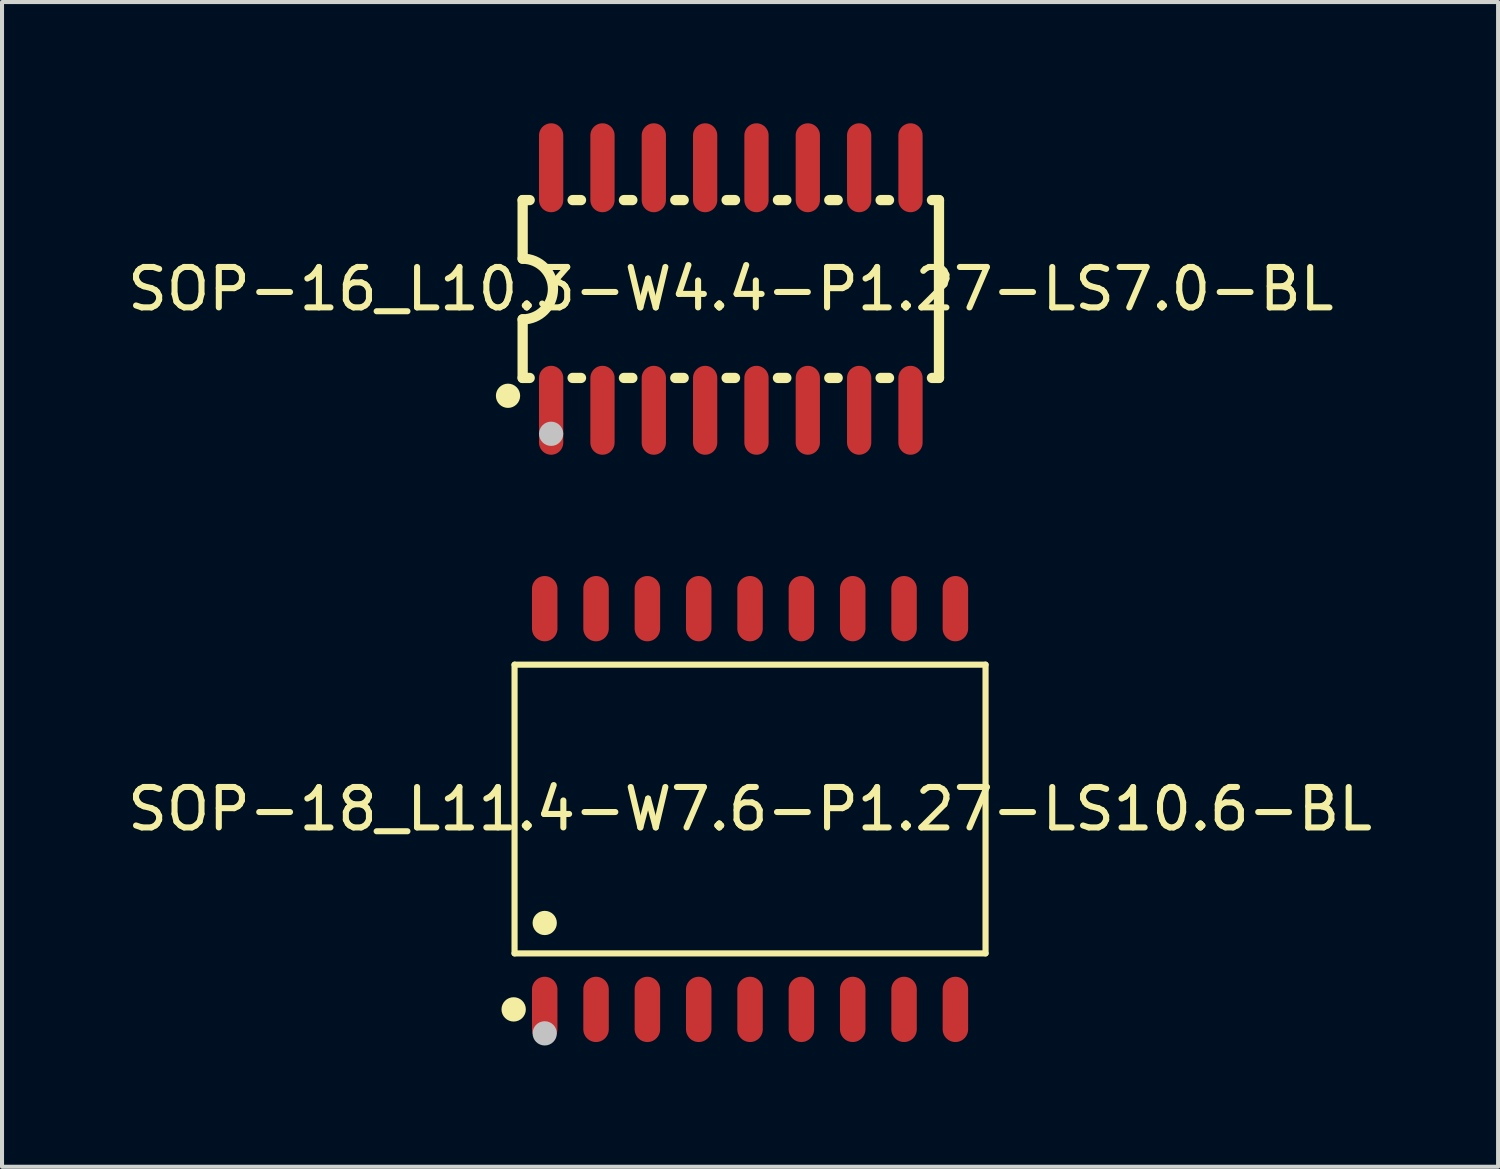
<source format=kicad_pcb>
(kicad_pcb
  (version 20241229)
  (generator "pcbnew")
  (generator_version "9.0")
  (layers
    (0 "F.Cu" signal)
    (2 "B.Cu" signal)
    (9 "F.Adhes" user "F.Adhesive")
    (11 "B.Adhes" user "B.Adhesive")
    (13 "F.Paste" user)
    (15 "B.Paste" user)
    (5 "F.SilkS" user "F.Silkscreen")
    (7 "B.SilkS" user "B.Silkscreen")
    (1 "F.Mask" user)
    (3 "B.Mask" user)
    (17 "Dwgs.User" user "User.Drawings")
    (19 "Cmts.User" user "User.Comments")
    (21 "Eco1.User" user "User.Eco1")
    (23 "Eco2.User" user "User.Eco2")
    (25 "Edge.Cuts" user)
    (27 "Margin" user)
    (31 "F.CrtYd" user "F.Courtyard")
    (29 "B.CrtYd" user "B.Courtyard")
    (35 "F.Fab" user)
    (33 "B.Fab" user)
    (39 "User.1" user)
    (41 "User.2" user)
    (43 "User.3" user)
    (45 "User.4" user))
  (footprint "SOP-18_L11.4-W7.6-P1.27-LS10.6-BL"
    (layer "F.Cu")
    (at 15.506 16.965)
    (property "Reference" "SOP-18_L11.4-W7.6-P1.27-LS10.6-BL" (at 0 0 0) (unlocked yes) (layer "F.SilkS") (effects (font (size 1 1) (thickness 0.15))))
    (fp_line (start -5.826 -3.571) (end 5.826 -3.571) (stroke (width 0.152) (type default)) (layer "F.SilkS"))
    (fp_line (start -5.826 3.571) (end -5.826 -3.571) (stroke (width 0.152) (type default)) (layer "F.SilkS"))
    (fp_line (start 5.826 -3.571) (end 5.826 3.571) (stroke (width 0.152) (type default)) (layer "F.SilkS"))
    (fp_line (start 5.826 3.571) (end -5.826 3.571) (stroke (width 0.152) (type default)) (layer "F.SilkS"))
    (fp_circle (center -5.848 4.957) (end -5.697 4.957) (stroke (width 0.3) (type default)) (fill no) (layer "F.SilkS"))
    (fp_circle (center -5.08 2.819) (end -4.93 2.819) (stroke (width 0.3) (type default)) (fill no) (layer "F.SilkS"))
    (fp_circle (center -5.08 5.55) (end -4.93 5.55) (stroke (width 0.3) (type default)) (fill no) (layer "Dwgs.User"))
    (fp_poly (pts (xy -5.305 -5.15) (xy -5.305 -4.65) (xy -4.855 -4.65) (xy -4.855 -5.15)) (stroke (width 0.1) (type default)) (fill no) (layer "User.1"))
    (fp_poly (pts (xy -5.305 -4.66) (xy -5.305 -3.79) (xy -4.855 -3.79) (xy -4.855 -4.66)) (stroke (width 0.1) (type default)) (fill no) (layer "User.1"))
    (fp_poly (pts (xy -5.305 4.66) (xy -5.305 3.79) (xy -4.855 3.79) (xy -4.855 4.66)) (stroke (width 0.1) (type default)) (fill no) (layer "User.1"))
    (fp_poly (pts (xy -5.305 5.15) (xy -5.305 4.65) (xy -4.855 4.65) (xy -4.855 5.15)) (stroke (width 0.1) (type default)) (fill no) (layer "User.1"))
    (fp_poly (pts (xy -4.035 -5.15) (xy -4.035 -4.65) (xy -3.585 -4.65) (xy -3.585 -5.15)) (stroke (width 0.1) (type default)) (fill no) (layer "User.1"))
    (fp_poly (pts (xy -4.035 -4.66) (xy -4.035 -3.79) (xy -3.585 -3.79) (xy -3.585 -4.66)) (stroke (width 0.1) (type default)) (fill no) (layer "User.1"))
    (fp_poly (pts (xy -4.035 4.66) (xy -4.035 3.79) (xy -3.585 3.79) (xy -3.585 4.66)) (stroke (width 0.1) (type default)) (fill no) (layer "User.1"))
    (fp_poly (pts (xy -4.035 5.15) (xy -4.035 4.65) (xy -3.585 4.65) (xy -3.585 5.15)) (stroke (width 0.1) (type default)) (fill no) (layer "User.1"))
    (fp_poly (pts (xy -2.765 -5.15) (xy -2.765 -4.65) (xy -2.315 -4.65) (xy -2.315 -5.15)) (stroke (width 0.1) (type default)) (fill no) (layer "User.1"))
    (fp_poly (pts (xy -2.765 -4.66) (xy -2.765 -3.79) (xy -2.315 -3.79) (xy -2.315 -4.66)) (stroke (width 0.1) (type default)) (fill no) (layer "User.1"))
    (fp_poly (pts (xy -2.765 4.66) (xy -2.765 3.79) (xy -2.315 3.79) (xy -2.315 4.66)) (stroke (width 0.1) (type default)) (fill no) (layer "User.1"))
    (fp_poly (pts (xy -2.765 5.15) (xy -2.765 4.65) (xy -2.315 4.65) (xy -2.315 5.15)) (stroke (width 0.1) (type default)) (fill no) (layer "User.1"))
    (fp_poly (pts (xy -1.495 -5.15) (xy -1.495 -4.65) (xy -1.045 -4.65) (xy -1.045 -5.15)) (stroke (width 0.1) (type default)) (fill no) (layer "User.1"))
    (fp_poly (pts (xy -1.495 -4.66) (xy -1.495 -3.79) (xy -1.045 -3.79) (xy -1.045 -4.66)) (stroke (width 0.1) (type default)) (fill no) (layer "User.1"))
    (fp_poly (pts (xy -1.495 4.66) (xy -1.495 3.79) (xy -1.045 3.79) (xy -1.045 4.66)) (stroke (width 0.1) (type default)) (fill no) (layer "User.1"))
    (fp_poly (pts (xy -1.495 5.15) (xy -1.495 4.65) (xy -1.045 4.65) (xy -1.045 5.15)) (stroke (width 0.1) (type default)) (fill no) (layer "User.1"))
    (fp_poly (pts (xy -0.225 -5.15) (xy -0.225 -4.65) (xy 0.225 -4.65) (xy 0.225 -5.15)) (stroke (width 0.1) (type default)) (fill no) (layer "User.1"))
    (fp_poly (pts (xy -0.225 -4.66) (xy -0.225 -3.79) (xy 0.225 -3.79) (xy 0.225 -4.66)) (stroke (width 0.1) (type default)) (fill no) (layer "User.1"))
    (fp_poly (pts (xy -0.225 4.66) (xy -0.225 3.79) (xy 0.225 3.79) (xy 0.225 4.66)) (stroke (width 0.1) (type default)) (fill no) (layer "User.1"))
    (fp_poly (pts (xy -0.225 5.15) (xy -0.225 4.65) (xy 0.225 4.65) (xy 0.225 5.15)) (stroke (width 0.1) (type default)) (fill no) (layer "User.1"))
    (fp_poly (pts (xy 1.045 -5.15) (xy 1.045 -4.65) (xy 1.495 -4.65) (xy 1.495 -5.15)) (stroke (width 0.1) (type default)) (fill no) (layer "User.1"))
    (fp_poly (pts (xy 1.045 -4.66) (xy 1.045 -3.79) (xy 1.495 -3.79) (xy 1.495 -4.66)) (stroke (width 0.1) (type default)) (fill no) (layer "User.1"))
    (fp_poly (pts (xy 1.045 4.66) (xy 1.045 3.79) (xy 1.495 3.79) (xy 1.495 4.66)) (stroke (width 0.1) (type default)) (fill no) (layer "User.1"))
    (fp_poly (pts (xy 1.045 5.15) (xy 1.045 4.65) (xy 1.495 4.65) (xy 1.495 5.15)) (stroke (width 0.1) (type default)) (fill no) (layer "User.1"))
    (fp_poly (pts (xy 2.315 -5.15) (xy 2.315 -4.65) (xy 2.765 -4.65) (xy 2.765 -5.15)) (stroke (width 0.1) (type default)) (fill no) (layer "User.1"))
    (fp_poly (pts (xy 2.315 -4.66) (xy 2.315 -3.79) (xy 2.765 -3.79) (xy 2.765 -4.66)) (stroke (width 0.1) (type default)) (fill no) (layer "User.1"))
    (fp_poly (pts (xy 2.315 4.66) (xy 2.315 3.79) (xy 2.765 3.79) (xy 2.765 4.66)) (stroke (width 0.1) (type default)) (fill no) (layer "User.1"))
    (fp_poly (pts (xy 2.315 5.15) (xy 2.315 4.65) (xy 2.765 4.65) (xy 2.765 5.15)) (stroke (width 0.1) (type default)) (fill no) (layer "User.1"))
    (fp_poly (pts (xy 3.585 -5.15) (xy 3.585 -4.65) (xy 4.035 -4.65) (xy 4.035 -5.15)) (stroke (width 0.1) (type default)) (fill no) (layer "User.1"))
    (fp_poly (pts (xy 3.585 -4.66) (xy 3.585 -3.79) (xy 4.035 -3.79) (xy 4.035 -4.66)) (stroke (width 0.1) (type default)) (fill no) (layer "User.1"))
    (fp_poly (pts (xy 3.585 4.66) (xy 3.585 3.79) (xy 4.035 3.79) (xy 4.035 4.66)) (stroke (width 0.1) (type default)) (fill no) (layer "User.1"))
    (fp_poly (pts (xy 3.585 5.15) (xy 3.585 4.65) (xy 4.035 4.65) (xy 4.035 5.15)) (stroke (width 0.1) (type default)) (fill no) (layer "User.1"))
    (fp_poly (pts (xy 4.855 -5.15) (xy 4.855 -4.65) (xy 5.305 -4.65) (xy 5.305 -5.15)) (stroke (width 0.1) (type default)) (fill no) (layer "User.1"))
    (fp_poly (pts (xy 4.855 -4.66) (xy 4.855 -3.79) (xy 5.305 -3.79) (xy 5.305 -4.66)) (stroke (width 0.1) (type default)) (fill no) (layer "User.1"))
    (fp_poly (pts (xy 4.855 4.66) (xy 4.855 3.79) (xy 5.305 3.79) (xy 5.305 4.66)) (stroke (width 0.1) (type default)) (fill no) (layer "User.1"))
    (fp_poly (pts (xy 4.855 5.15) (xy 4.855 4.65) (xy 5.305 4.65) (xy 5.305 5.15)) (stroke (width 0.1) (type default)) (fill no) (layer "User.1"))
    (fp_line (start -5.75 -3.8) (end 5.75 -3.8) (stroke (width 0.051) (type default)) (layer "User.2"))
    (fp_line (start -5.75 3.8) (end -5.75 -3.8) (stroke (width 0.051) (type default)) (layer "User.2"))
    (fp_line (start 5.75 -3.8) (end 5.75 3.8) (stroke (width 0.051) (type default)) (layer "User.2"))
    (fp_line (start 5.75 3.8) (end -5.75 3.8) (stroke (width 0.051) (type default)) (layer "User.2"))
    (fp_poly (pts (xy -5.69 5.15) (xy -5.708 5.108) (xy -5.75 5.09) (xy -5.792 5.108) (xy -5.81 5.15) (xy -5.792 5.192) (xy -5.75 5.21) (xy -5.708 5.192)) (stroke (width 0.1) (type default)) (fill no) (layer "User.3"))
    (pad "1" smd oval (at -5.08 4.957) (size 0.63 1.615) (layers "F.Cu" "F.Mask" "F.Paste"))
    (pad "2" smd oval (at -3.81 4.957) (size 0.63 1.615) (layers "F.Cu" "F.Mask" "F.Paste"))
    (pad "3" smd oval (at -2.54 4.957) (size 0.63 1.615) (layers "F.Cu" "F.Mask" "F.Paste"))
    (pad "4" smd oval (at -1.27 4.957) (size 0.63 1.615) (layers "F.Cu" "F.Mask" "F.Paste"))
    (pad "5" smd oval (at 0 4.957) (size 0.63 1.615) (layers "F.Cu" "F.Mask" "F.Paste"))
    (pad "6" smd oval (at 1.27 4.957) (size 0.63 1.615) (layers "F.Cu" "F.Mask" "F.Paste"))
    (pad "7" smd oval (at 2.54 4.957) (size 0.63 1.615) (layers "F.Cu" "F.Mask" "F.Paste"))
    (pad "8" smd oval (at 3.81 4.957) (size 0.63 1.615) (layers "F.Cu" "F.Mask" "F.Paste"))
    (pad "9" smd oval (at 5.08 4.957) (size 0.63 1.615) (layers "F.Cu" "F.Mask" "F.Paste"))
    (pad "10" smd oval (at 5.08 -4.957) (size 0.63 1.615) (layers "F.Cu" "F.Mask" "F.Paste"))
    (pad "11" smd oval (at 3.81 -4.957) (size 0.63 1.615) (layers "F.Cu" "F.Mask" "F.Paste"))
    (pad "12" smd oval (at 2.54 -4.957) (size 0.63 1.615) (layers "F.Cu" "F.Mask" "F.Paste"))
    (pad "13" smd oval (at 1.27 -4.957) (size 0.63 1.615) (layers "F.Cu" "F.Mask" "F.Paste"))
    (pad "14" smd oval (at 0 -4.957) (size 0.63 1.615) (layers "F.Cu" "F.Mask" "F.Paste"))
    (pad "15" smd oval (at -1.27 -4.957) (size 0.63 1.615) (layers "F.Cu" "F.Mask" "F.Paste"))
    (pad "16" smd oval (at -2.54 -4.957) (size 0.63 1.615) (layers "F.Cu" "F.Mask" "F.Paste"))
    (pad "17" smd oval (at -3.81 -4.957) (size 0.63 1.615) (layers "F.Cu" "F.Mask" "F.Paste"))
    (pad "18" smd oval (at -5.08 -4.957) (size 0.63 1.615) (layers "F.Cu" "F.Mask" "F.Paste")))
  (footprint "SOP-16_L10.3-W4.4-P1.27-LS7.0-BL"
    (layer "F.Cu")
    (at 15.03 4.1)
    (property "Reference" "SOP-16_L10.3-W4.4-P1.27-LS7.0-BL" (at 0 0 0) (unlocked yes) (layer "F.SilkS") (effects (font (size 1 1) (thickness 0.15))))
    (fp_line (start -5.15 -2.2) (end -5.15 -0.75) (stroke (width 0.254) (type default)) (layer "F.SilkS"))
    (fp_line (start -5.15 -2.2) (end -4.976 -2.2) (stroke (width 0.254) (type default)) (layer "F.SilkS"))
    (fp_line (start -5.15 2.2) (end -5.15 0.75) (stroke (width 0.254) (type default)) (layer "F.SilkS"))
    (fp_line (start -5.15 2.2) (end -4.976 2.2) (stroke (width 0.254) (type default)) (layer "F.SilkS"))
    (fp_line (start -3.914 -2.2) (end -3.706 -2.2) (stroke (width 0.254) (type default)) (layer "F.SilkS"))
    (fp_line (start -3.914 2.2) (end -3.706 2.2) (stroke (width 0.254) (type default)) (layer "F.SilkS"))
    (fp_line (start -2.644 -2.2) (end -2.436 -2.2) (stroke (width 0.254) (type default)) (layer "F.SilkS"))
    (fp_line (start -2.644 2.2) (end -2.436 2.2) (stroke (width 0.254) (type default)) (layer "F.SilkS"))
    (fp_line (start -1.374 -2.2) (end -1.166 -2.2) (stroke (width 0.254) (type default)) (layer "F.SilkS"))
    (fp_line (start -1.374 2.2) (end -1.166 2.2) (stroke (width 0.254) (type default)) (layer "F.SilkS"))
    (fp_line (start -0.104 -2.2) (end 0.104 -2.2) (stroke (width 0.254) (type default)) (layer "F.SilkS"))
    (fp_line (start -0.104 2.2) (end 0.104 2.2) (stroke (width 0.254) (type default)) (layer "F.SilkS"))
    (fp_line (start 1.166 -2.2) (end 1.374 -2.2) (stroke (width 0.254) (type default)) (layer "F.SilkS"))
    (fp_line (start 1.166 2.2) (end 1.374 2.2) (stroke (width 0.254) (type default)) (layer "F.SilkS"))
    (fp_line (start 2.436 -2.2) (end 2.644 -2.2) (stroke (width 0.254) (type default)) (layer "F.SilkS"))
    (fp_line (start 2.436 2.2) (end 2.644 2.2) (stroke (width 0.254) (type default)) (layer "F.SilkS"))
    (fp_line (start 3.706 -2.2) (end 3.914 -2.2) (stroke (width 0.254) (type default)) (layer "F.SilkS"))
    (fp_line (start 3.706 2.2) (end 3.914 2.2) (stroke (width 0.254) (type default)) (layer "F.SilkS"))
    (fp_line (start 4.976 -2.2) (end 5.15 -2.2) (stroke (width 0.254) (type default)) (layer "F.SilkS"))
    (fp_line (start 4.976 2.2) (end 5.15 2.2) (stroke (width 0.254) (type default)) (layer "F.SilkS"))
    (fp_line (start 5.15 2.2) (end 5.15 -2.2) (stroke (width 0.254) (type default)) (layer "F.SilkS"))
    (fp_arc (start -5.5105 2.4915) (mid -5.51125 2.791503) (end -5.513 2.4915) (stroke (width 0.3) (type default)) (layer "F.SilkS"))
    (fp_arc (start -5.15 -0.75) (mid -4.3995 0.00075) (end -5.1505 0.751) (stroke (width 0.254) (type default)) (layer "F.SilkS"))
    (fp_circle (center -4.445 3.582) (end -4.295 3.582) (stroke (width 0.3) (type default)) (fill no) (layer "Dwgs.User"))
    (fp_poly (pts (xy -4.645 -2.6) (xy -4.645 -3.5) (xy -4.245 -3.5) (xy -4.245 -2.6)) (stroke (width 0.1) (type default)) (fill no) (layer "User.1"))
    (fp_poly (pts (xy -4.645 -2.185) (xy -4.645 -2.605) (xy -4.245 -2.605) (xy -4.245 -2.185)) (stroke (width 0.1) (type default)) (fill no) (layer "User.1"))
    (fp_poly (pts (xy -4.645 2.61) (xy -4.645 2.19) (xy -4.245 2.19) (xy -4.245 2.61)) (stroke (width 0.1) (type default)) (fill no) (layer "User.1"))
    (fp_poly (pts (xy -4.645 3.5) (xy -4.645 2.6) (xy -4.245 2.6) (xy -4.245 3.5)) (stroke (width 0.1) (type default)) (fill no) (layer "User.1"))
    (fp_poly (pts (xy -3.375 -2.6) (xy -3.375 -3.5) (xy -2.975 -3.5) (xy -2.975 -2.6)) (stroke (width 0.1) (type default)) (fill no) (layer "User.1"))
    (fp_poly (pts (xy -3.375 -2.188) (xy -3.375 -2.607) (xy -2.975 -2.607) (xy -2.975 -2.188)) (stroke (width 0.1) (type default)) (fill no) (layer "User.1"))
    (fp_poly (pts (xy -3.375 2.61) (xy -3.375 2.19) (xy -2.975 2.19) (xy -2.975 2.61)) (stroke (width 0.1) (type default)) (fill no) (layer "User.1"))
    (fp_poly (pts (xy -3.375 3.5) (xy -3.375 2.6) (xy -2.975 2.6) (xy -2.975 3.5)) (stroke (width 0.1) (type default)) (fill no) (layer "User.1"))
    (fp_poly (pts (xy -2.105 -2.6) (xy -2.105 -3.5) (xy -1.705 -3.5) (xy -1.705 -2.6)) (stroke (width 0.1) (type default)) (fill no) (layer "User.1"))
    (fp_poly (pts (xy -2.105 -2.19) (xy -2.105 -2.61) (xy -1.705 -2.61) (xy -1.705 -2.19)) (stroke (width 0.1) (type default)) (fill no) (layer "User.1"))
    (fp_poly (pts (xy -2.105 2.61) (xy -2.105 2.19) (xy -1.705 2.19) (xy -1.705 2.61)) (stroke (width 0.1) (type default)) (fill no) (layer "User.1"))
    (fp_poly (pts (xy -2.105 3.5) (xy -2.105 2.6) (xy -1.705 2.6) (xy -1.705 3.5)) (stroke (width 0.1) (type default)) (fill no) (layer "User.1"))
    (fp_poly (pts (xy -0.835 -2.6) (xy -0.835 -3.5) (xy -0.435 -3.5) (xy -0.435 -2.6)) (stroke (width 0.1) (type default)) (fill no) (layer "User.1"))
    (fp_poly (pts (xy -0.835 -2.19) (xy -0.835 -2.61) (xy -0.435 -2.61) (xy -0.435 -2.19)) (stroke (width 0.1) (type default)) (fill no) (layer "User.1"))
    (fp_poly (pts (xy -0.835 2.61) (xy -0.835 2.19) (xy -0.435 2.19) (xy -0.435 2.61)) (stroke (width 0.1) (type default)) (fill no) (layer "User.1"))
    (fp_poly (pts (xy -0.835 3.5) (xy -0.835 2.6) (xy -0.435 2.6) (xy -0.435 3.5)) (stroke (width 0.1) (type default)) (fill no) (layer "User.1"))
    (fp_poly (pts (xy 0.435 -2.6) (xy 0.435 -3.5) (xy 0.835 -3.5) (xy 0.835 -2.6)) (stroke (width 0.1) (type default)) (fill no) (layer "User.1"))
    (fp_poly (pts (xy 0.435 -2.19) (xy 0.435 -2.61) (xy 0.835 -2.61) (xy 0.835 -2.19)) (stroke (width 0.1) (type default)) (fill no) (layer "User.1"))
    (fp_poly (pts (xy 0.435 2.61) (xy 0.435 2.19) (xy 0.835 2.19) (xy 0.835 2.61)) (stroke (width 0.1) (type default)) (fill no) (layer "User.1"))
    (fp_poly (pts (xy 0.435 3.5) (xy 0.435 2.6) (xy 0.835 2.6) (xy 0.835 3.5)) (stroke (width 0.1) (type default)) (fill no) (layer "User.1"))
    (fp_poly (pts (xy 1.705 -2.6) (xy 1.705 -3.5) (xy 2.105 -3.5) (xy 2.105 -2.6)) (stroke (width 0.1) (type default)) (fill no) (layer "User.1"))
    (fp_poly (pts (xy 1.705 -2.19) (xy 1.705 -2.61) (xy 2.105 -2.61) (xy 2.105 -2.19)) (stroke (width 0.1) (type default)) (fill no) (layer "User.1"))
    (fp_poly (pts (xy 1.705 2.61) (xy 1.705 2.19) (xy 2.105 2.19) (xy 2.105 2.61)) (stroke (width 0.1) (type default)) (fill no) (layer "User.1"))
    (fp_poly (pts (xy 1.705 3.5) (xy 1.705 2.6) (xy 2.105 2.6) (xy 2.105 3.5)) (stroke (width 0.1) (type default)) (fill no) (layer "User.1"))
    (fp_poly (pts (xy 2.975 -2.6) (xy 2.975 -3.5) (xy 3.375 -3.5) (xy 3.375 -2.6)) (stroke (width 0.1) (type default)) (fill no) (layer "User.1"))
    (fp_poly (pts (xy 2.975 -2.19) (xy 2.975 -2.61) (xy 3.375 -2.61) (xy 3.375 -2.19)) (stroke (width 0.1) (type default)) (fill no) (layer "User.1"))
    (fp_poly (pts (xy 2.975 2.61) (xy 2.975 2.19) (xy 3.375 2.19) (xy 3.375 2.61)) (stroke (width 0.1) (type default)) (fill no) (layer "User.1"))
    (fp_poly (pts (xy 2.975 3.5) (xy 2.975 2.6) (xy 3.375 2.6) (xy 3.375 3.5)) (stroke (width 0.1) (type default)) (fill no) (layer "User.1"))
    (fp_poly (pts (xy 4.245 -2.6) (xy 4.245 -3.5) (xy 4.645 -3.5) (xy 4.645 -2.6)) (stroke (width 0.1) (type default)) (fill no) (layer "User.1"))
    (fp_poly (pts (xy 4.245 -2.19) (xy 4.245 -2.61) (xy 4.645 -2.61) (xy 4.645 -2.19)) (stroke (width 0.1) (type default)) (fill no) (layer "User.1"))
    (fp_poly (pts (xy 4.245 2.61) (xy 4.245 2.19) (xy 4.645 2.19) (xy 4.645 2.61)) (stroke (width 0.1) (type default)) (fill no) (layer "User.1"))
    (fp_poly (pts (xy 4.245 3.5) (xy 4.245 2.6) (xy 4.645 2.6) (xy 4.645 3.5)) (stroke (width 0.1) (type default)) (fill no) (layer "User.1"))
    (fp_line (start -5.15 -2.2) (end 5.15 -2.2) (stroke (width 0.051) (type default)) (layer "User.2"))
    (fp_line (start -5.15 2.2) (end -5.15 -2.2) (stroke (width 0.051) (type default)) (layer "User.2"))
    (fp_line (start 5.15 -2.2) (end 5.15 2.2) (stroke (width 0.051) (type default)) (layer "User.2"))
    (fp_line (start 5.15 2.2) (end -5.15 2.2) (stroke (width 0.051) (type default)) (layer "User.2"))
    (fp_poly (pts (xy -5.09 3.5) (xy -5.108 3.458) (xy -5.15 3.44) (xy -5.192 3.458) (xy -5.21 3.5) (xy -5.192 3.542) (xy -5.15 3.56) (xy -5.108 3.542)) (stroke (width 0.1) (type default)) (fill no) (layer "User.3"))
    (pad "1" smd oval (at -4.445 3 180) (size 0.6 2.2) (layers "F.Cu" "F.Mask" "F.Paste"))
    (pad "2" smd oval (at -3.175 3 180) (size 0.6 2.2) (layers "F.Cu" "F.Mask" "F.Paste"))
    (pad "3" smd oval (at -1.905 3 180) (size 0.6 2.2) (layers "F.Cu" "F.Mask" "F.Paste"))
    (pad "4" smd oval (at -0.635 3 180) (size 0.6 2.2) (layers "F.Cu" "F.Mask" "F.Paste"))
    (pad "5" smd oval (at 0.635 3 180) (size 0.6 2.2) (layers "F.Cu" "F.Mask" "F.Paste"))
    (pad "6" smd oval (at 1.905 3 180) (size 0.6 2.2) (layers "F.Cu" "F.Mask" "F.Paste"))
    (pad "7" smd oval (at 3.175 3 180) (size 0.6 2.2) (layers "F.Cu" "F.Mask" "F.Paste"))
    (pad "8" smd oval (at 4.445 3 180) (size 0.6 2.2) (layers "F.Cu" "F.Mask" "F.Paste"))
    (pad "9" smd oval (at 4.445 -3 180) (size 0.6 2.2) (layers "F.Cu" "F.Mask" "F.Paste"))
    (pad "10" smd oval (at 3.175 -3 180) (size 0.6 2.2) (layers "F.Cu" "F.Mask" "F.Paste"))
    (pad "11" smd oval (at 1.905 -3 180) (size 0.6 2.2) (layers "F.Cu" "F.Mask" "F.Paste"))
    (pad "12" smd oval (at 0.635 -3 180) (size 0.6 2.2) (layers "F.Cu" "F.Mask" "F.Paste"))
    (pad "13" smd oval (at -0.635 -3 180) (size 0.6 2.2) (layers "F.Cu" "F.Mask" "F.Paste"))
    (pad "14" smd oval (at -1.905 -3 180) (size 0.6 2.2) (layers "F.Cu" "F.Mask" "F.Paste"))
    (pad "15" smd oval (at -3.175 -3 180) (size 0.6 2.2) (layers "F.Cu" "F.Mask" "F.Paste"))
    (pad "16" smd oval (at -4.445 -3 180) (size 0.6 2.2) (layers "F.Cu" "F.Mask" "F.Paste")))
  (gr_rect
    (start -3 -3)
    (end 34.012 25.815)
    (stroke (width 0.1) (type default))
    (fill no)
    (layer "Edge.Cuts")))
</source>
